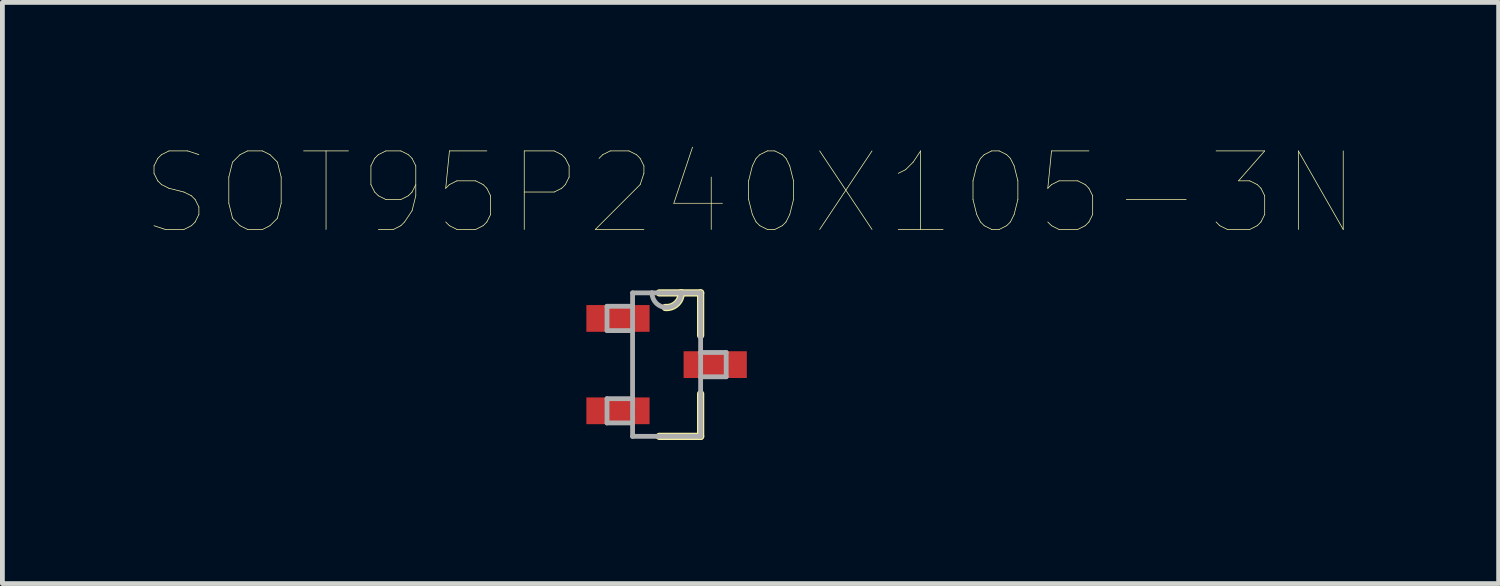
<source format=kicad_pcb>
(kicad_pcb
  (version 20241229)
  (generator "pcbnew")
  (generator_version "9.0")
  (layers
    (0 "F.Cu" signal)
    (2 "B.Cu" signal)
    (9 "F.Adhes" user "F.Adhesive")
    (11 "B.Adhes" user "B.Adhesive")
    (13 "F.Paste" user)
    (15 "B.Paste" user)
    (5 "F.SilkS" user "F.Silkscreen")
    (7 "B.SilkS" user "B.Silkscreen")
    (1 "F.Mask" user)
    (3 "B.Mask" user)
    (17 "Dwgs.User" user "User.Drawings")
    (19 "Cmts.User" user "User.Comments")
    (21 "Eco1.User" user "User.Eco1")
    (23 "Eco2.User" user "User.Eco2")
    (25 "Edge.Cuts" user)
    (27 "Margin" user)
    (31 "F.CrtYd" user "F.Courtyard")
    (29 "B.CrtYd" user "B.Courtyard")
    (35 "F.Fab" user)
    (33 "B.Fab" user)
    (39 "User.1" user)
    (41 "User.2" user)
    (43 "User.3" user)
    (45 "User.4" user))
  (footprint "SOT95P240X105-3N"
    (layer "F.Cu")
    (at 10.879 4.569)
    (property "Reference" "SOT95P240X105-3N" (at 1.753 -3.583 0) (layer "F.SilkS") (effects (font (size 1.641 1.641) (thickness 0.015))))
    (attr through_hole)
    (fp_line (start -0.152 1.499) (end 0.711 1.499) (stroke (width 0.152) (type solid)) (layer "F.SilkS"))
    (fp_line (start 0.305 -1.499) (end -0.152 -1.499) (stroke (width 0.152) (type solid)) (layer "F.SilkS"))
    (fp_line (start 0.711 -1.499) (end 0.305 -1.499) (stroke (width 0.152) (type solid)) (layer "F.SilkS"))
    (fp_line (start 0.711 -0.61) (end 0.711 -1.499) (stroke (width 0.152) (type solid)) (layer "F.SilkS"))
    (fp_line (start 0.711 1.499) (end 0.711 0.61) (stroke (width 0.152) (type solid)) (layer "F.SilkS"))
    (fp_arc (start 0.3048 -1.4986) (mid 0.206758 -1.273554) (end -0.0254 -1.1938) (stroke (width 0.1524) (type solid)) (layer "F.SilkS"))
    (fp_line (start -1.245 -1.219) (end -1.245 -0.711) (stroke (width 0.1) (type solid)) (layer "F.Fab"))
    (fp_line (start -1.245 -0.711) (end -0.711 -0.711) (stroke (width 0.1) (type solid)) (layer "F.Fab"))
    (fp_line (start -1.245 0.711) (end -1.245 1.219) (stroke (width 0.1) (type solid)) (layer "F.Fab"))
    (fp_line (start -1.245 1.219) (end -0.711 1.219) (stroke (width 0.1) (type solid)) (layer "F.Fab"))
    (fp_line (start -0.711 -1.499) (end -0.711 -1.219) (stroke (width 0.1) (type solid)) (layer "F.Fab"))
    (fp_line (start -0.711 -1.219) (end -1.245 -1.219) (stroke (width 0.1) (type solid)) (layer "F.Fab"))
    (fp_line (start -0.711 -1.219) (end -0.711 -0.711) (stroke (width 0.1) (type solid)) (layer "F.Fab"))
    (fp_line (start -0.711 -0.711) (end -0.711 0.711) (stroke (width 0.1) (type solid)) (layer "F.Fab"))
    (fp_line (start -0.711 0.711) (end -1.245 0.711) (stroke (width 0.1) (type solid)) (layer "F.Fab"))
    (fp_line (start -0.711 1.219) (end -0.711 0.711) (stroke (width 0.1) (type solid)) (layer "F.Fab"))
    (fp_line (start -0.711 1.499) (end -0.711 1.219) (stroke (width 0.1) (type solid)) (layer "F.Fab"))
    (fp_line (start -0.711 1.499) (end 0.711 1.499) (stroke (width 0.1) (type solid)) (layer "F.Fab"))
    (fp_line (start -0.305 -1.499) (end -0.711 -1.499) (stroke (width 0.1) (type solid)) (layer "F.Fab"))
    (fp_line (start 0.305 -1.499) (end -0.305 -1.499) (stroke (width 0.1) (type solid)) (layer "F.Fab"))
    (fp_line (start 0.711 -1.499) (end 0.305 -1.499) (stroke (width 0.1) (type solid)) (layer "F.Fab"))
    (fp_line (start 0.711 -0.254) (end 0.711 -1.499) (stroke (width 0.1) (type solid)) (layer "F.Fab"))
    (fp_line (start 0.711 0.254) (end 0.711 -0.254) (stroke (width 0.1) (type solid)) (layer "F.Fab"))
    (fp_line (start 0.711 0.254) (end 1.245 0.254) (stroke (width 0.1) (type solid)) (layer "F.Fab"))
    (fp_line (start 0.711 1.499) (end 0.711 0.254) (stroke (width 0.1) (type solid)) (layer "F.Fab"))
    (fp_line (start 1.245 -0.254) (end 0.711 -0.254) (stroke (width 0.1) (type solid)) (layer "F.Fab"))
    (fp_line (start 1.245 0.254) (end 1.245 -0.254) (stroke (width 0.1) (type solid)) (layer "F.Fab"))
    (fp_arc (start 0.3048 -1.4986) (mid 0 -1.1938) (end -0.3048 -1.4986) (stroke (width 0.1) (type solid)) (layer "F.Fab"))
    (pad "1" smd rect (at -1.016 -0.965) (size 1.321 0.559) (layers "F.Cu" "F.Mask" "F.Paste"))
    (pad "2" smd rect (at -1.016 0.965) (size 1.321 0.559) (layers "F.Cu" "F.Mask" "F.Paste"))
    (pad "3" smd rect (at 1.016 0) (size 1.321 0.559) (layers "F.Cu" "F.Mask" "F.Paste")))
  (gr_rect
    (start -3 -3)
    (end 28.265 9.144)
    (stroke (width 0.1) (type default))
    (fill no)
    (layer "Edge.Cuts")))
</source>
